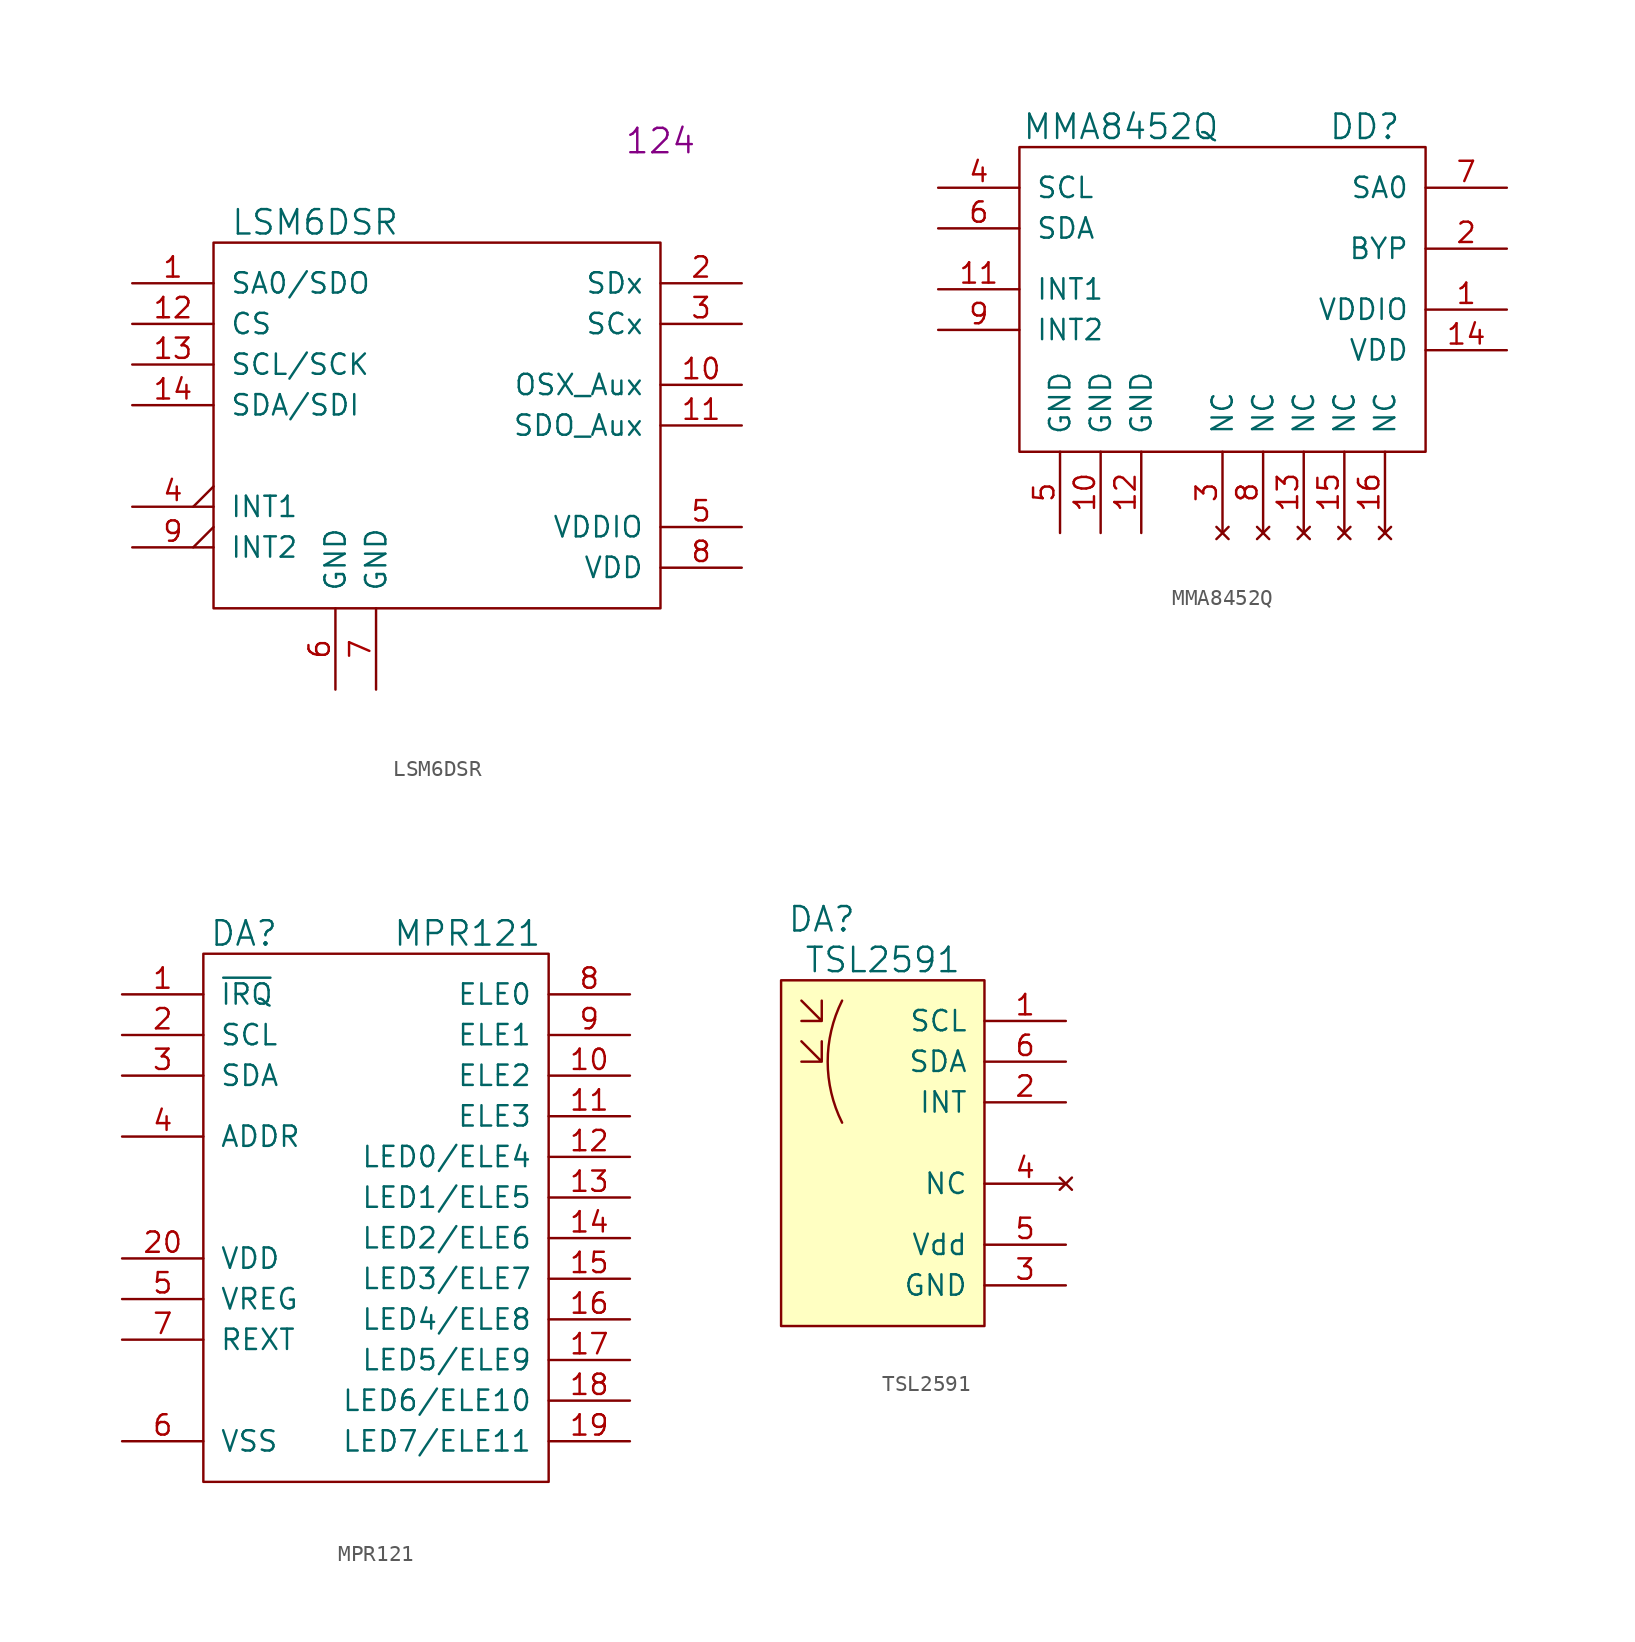
<source format=kicad_sym>
(kicad_symbol_lib
  (version 20231120)
  (generator "kicad_symbol_editor")
  (generator_version "8.0")
  (symbol "LSM6DSR"
    (pin_names
      (offset 1.016))
    (property "Reference" "DD"
      (at 8.89 12.7 0)
      (effects (font (size 1.524 1.524)) (hide yes)))
    (property "Value" "LSM6DSR"
      (at -7.62 12.7 0)
      (effects (font (size 1.524 1.524))))
    (property "Price" "124"
      (at 13.97 17.78 0)
      (effects (font (size 1.524 1.524))))
    (symbol "LSM6DSR_0_1"
      (rectangle (start -13.97 11.43) (end 13.97 -11.43) (stroke (width 0) (type default)) (fill (type none))))
    (symbol "LSM6DSR_1_1"
      (pin passive line (at -19.05 8.89 0) (length 5.08) (name "SA0/SDO" (effects (font (size 1.27 1.27)))) (number "1" (effects (font (size 1.27 1.27)))))
      (pin passive line (at 19.05 2.54 180) (length 5.08) (name "OSX_Aux" (effects (font (size 1.27 1.27)))) (number "10" (effects (font (size 1.27 1.27)))))
      (pin passive line (at 19.05 0 180) (length 5.08) (name "SDO_Aux" (effects (font (size 1.27 1.27)))) (number "11" (effects (font (size 1.27 1.27)))))
      (pin passive line (at -19.05 6.35 0) (length 5.08) (name "CS" (effects (font (size 1.27 1.27)))) (number "12" (effects (font (size 1.27 1.27)))))
      (pin passive line (at -19.05 3.81 0) (length 5.08) (name "SCL/SCK" (effects (font (size 1.27 1.27)))) (number "13" (effects (font (size 1.27 1.27)))))
      (pin passive line (at -19.05 1.27 0) (length 5.08) (name "SDA/SDI" (effects (font (size 1.27 1.27)))) (number "14" (effects (font (size 1.27 1.27)))))
      (pin passive line (at 19.05 8.89 180) (length 5.08) (name "SDx" (effects (font (size 1.27 1.27)))) (number "2" (effects (font (size 1.27 1.27)))))
      (pin passive line (at 19.05 6.35 180) (length 5.08) (name "SCx" (effects (font (size 1.27 1.27)))) (number "3" (effects (font (size 1.27 1.27)))))
      (pin passive output_low (at -19.05 -5.08 0) (length 5.08) (name "INT1" (effects (font (size 1.27 1.27)))) (number "4" (effects (font (size 1.27 1.27)))))
      (pin power_in line (at 19.05 -6.35 180) (length 5.08) (name "VDDIO" (effects (font (size 1.27 1.27)))) (number "5" (effects (font (size 1.27 1.27)))))
      (pin power_in line (at -6.35 -16.51 90) (length 5.08) (name "GND" (effects (font (size 1.27 1.27)))) (number "6" (effects (font (size 1.27 1.27)))))
      (pin power_in line (at -3.81 -16.51 90) (length 5.08) (name "GND" (effects (font (size 1.27 1.27)))) (number "7" (effects (font (size 1.27 1.27)))))
      (pin power_in line (at 19.05 -8.89 180) (length 5.08) (name "VDD" (effects (font (size 1.27 1.27)))) (number "8" (effects (font (size 1.27 1.27)))))
      (pin passive output_low (at -19.05 -7.62 0) (length 5.08) (name "INT2" (effects (font (size 1.27 1.27)))) (number "9" (effects (font (size 1.27 1.27)))))))
  (symbol "MMA8452Q"
    (pin_names
      (offset 1.016))
    (property "Reference" "DD"
      (at 8.89 12.7 0)
      (effects (font (size 1.524 1.524))))
    (property "Value" "MMA8452Q"
      (at -6.35 12.7 0)
      (effects (font (size 1.524 1.524))))
    (property "Datasheet" ""
      (at 0 0 0)
      (effects (font (size 1.524 1.524))))
    (symbol "MMA8452Q_0_1"
      (rectangle (start -12.7 11.43) (end 12.7 -7.62) (stroke (width 0) (type default)) (fill (type none))))
    (symbol "MMA8452Q_1_1"
      (pin power_in line (at 17.78 1.27 180) (length 5.08) (name "VDDIO" (effects (font (size 1.27 1.27)))) (number "1" (effects (font (size 1.27 1.27)))))
      (pin power_in line (at -7.62 -12.7 90) (length 5.08) (name "GND" (effects (font (size 1.27 1.27)))) (number "10" (effects (font (size 1.27 1.27)))))
      (pin passive line (at -17.78 2.54 0) (length 5.08) (name "INT1" (effects (font (size 1.27 1.27)))) (number "11" (effects (font (size 1.27 1.27)))))
      (pin power_in line (at -5.08 -12.7 90) (length 5.08) (name "GND" (effects (font (size 1.27 1.27)))) (number "12" (effects (font (size 1.27 1.27)))))
      (pin no_connect line (at 5.08 -12.7 90) (length 5.08) (name "NC" (effects (font (size 1.27 1.27)))) (number "13" (effects (font (size 1.27 1.27)))))
      (pin power_in line (at 17.78 -1.27 180) (length 5.08) (name "VDD" (effects (font (size 1.27 1.27)))) (number "14" (effects (font (size 1.27 1.27)))))
      (pin no_connect line (at 7.62 -12.7 90) (length 5.08) (name "NC" (effects (font (size 1.27 1.27)))) (number "15" (effects (font (size 1.27 1.27)))))
      (pin no_connect line (at 10.16 -12.7 90) (length 5.08) (name "NC" (effects (font (size 1.27 1.27)))) (number "16" (effects (font (size 1.27 1.27)))))
      (pin passive line (at 17.78 5.08 180) (length 5.08) (name "BYP" (effects (font (size 1.27 1.27)))) (number "2" (effects (font (size 1.27 1.27)))))
      (pin no_connect line (at 0 -12.7 90) (length 5.08) (name "NC" (effects (font (size 1.27 1.27)))) (number "3" (effects (font (size 1.27 1.27)))))
      (pin passive line (at -17.78 8.89 0) (length 5.08) (name "SCL" (effects (font (size 1.27 1.27)))) (number "4" (effects (font (size 1.27 1.27)))))
      (pin power_in line (at -10.16 -12.7 90) (length 5.08) (name "GND" (effects (font (size 1.27 1.27)))) (number "5" (effects (font (size 1.27 1.27)))))
      (pin passive line (at -17.78 6.35 0) (length 5.08) (name "SDA" (effects (font (size 1.27 1.27)))) (number "6" (effects (font (size 1.27 1.27)))))
      (pin passive line (at 17.78 8.89 180) (length 5.08) (name "SA0" (effects (font (size 1.27 1.27)))) (number "7" (effects (font (size 1.27 1.27)))))
      (pin no_connect line (at 2.54 -12.7 90) (length 5.08) (name "NC" (effects (font (size 1.27 1.27)))) (number "8" (effects (font (size 1.27 1.27)))))
      (pin passive line (at -17.78 0 0) (length 5.08) (name "INT2" (effects (font (size 1.27 1.27)))) (number "9" (effects (font (size 1.27 1.27)))))))
  (symbol "MPR121"
    (pin_names
      (offset 1.016))
    (property "Reference" "DA"
      (at -5.08 17.78 0)
      (effects (font (size 1.524 1.524))))
    (property "Value" "MPR121"
      (at 8.89 17.78 0)
      (effects (font (size 1.524 1.524))))
    (property "Footprint" ""
      (at 0 0 0)
      (effects (font (size 1.524 1.524))))
    (property "Datasheet" ""
      (at 0 0 0)
      (effects (font (size 1.524 1.524))))
    (symbol "MPR121_0_1"
      (rectangle (start -7.62 16.51) (end 13.97 -16.51) (stroke (width 0) (type default)) (fill (type none))))
    (symbol "MPR121_1_1"
      (pin passive line (at -12.7 13.97 0) (length 5.08) (name "~{IRQ}" (effects (font (size 1.27 1.27)))) (number "1" (effects (font (size 1.27 1.27)))))
      (pin passive line (at 19.05 8.89 180) (length 5.08) (name "ELE2" (effects (font (size 1.27 1.27)))) (number "10" (effects (font (size 1.27 1.27)))))
      (pin passive line (at 19.05 6.35 180) (length 5.08) (name "ELE3" (effects (font (size 1.27 1.27)))) (number "11" (effects (font (size 1.27 1.27)))))
      (pin passive line (at 19.05 3.81 180) (length 5.08) (name "LED0/ELE4" (effects (font (size 1.27 1.27)))) (number "12" (effects (font (size 1.27 1.27)))))
      (pin passive line (at 19.05 1.27 180) (length 5.08) (name "LED1/ELE5" (effects (font (size 1.27 1.27)))) (number "13" (effects (font (size 1.27 1.27)))))
      (pin passive line (at 19.05 -1.27 180) (length 5.08) (name "LED2/ELE6" (effects (font (size 1.27 1.27)))) (number "14" (effects (font (size 1.27 1.27)))))
      (pin passive line (at 19.05 -3.81 180) (length 5.08) (name "LED3/ELE7" (effects (font (size 1.27 1.27)))) (number "15" (effects (font (size 1.27 1.27)))))
      (pin passive line (at 19.05 -6.35 180) (length 5.08) (name "LED4/ELE8" (effects (font (size 1.27 1.27)))) (number "16" (effects (font (size 1.27 1.27)))))
      (pin passive line (at 19.05 -8.89 180) (length 5.08) (name "LED5/ELE9" (effects (font (size 1.27 1.27)))) (number "17" (effects (font (size 1.27 1.27)))))
      (pin passive line (at 19.05 -11.43 180) (length 5.08) (name "LED6/ELE10" (effects (font (size 1.27 1.27)))) (number "18" (effects (font (size 1.27 1.27)))))
      (pin passive line (at 19.05 -13.97 180) (length 5.08) (name "LED7/ELE11" (effects (font (size 1.27 1.27)))) (number "19" (effects (font (size 1.27 1.27)))))
      (pin passive line (at -12.7 11.43 0) (length 5.08) (name "SCL" (effects (font (size 1.27 1.27)))) (number "2" (effects (font (size 1.27 1.27)))))
      (pin power_in line (at -12.7 -2.54 0) (length 5.08) (name "VDD" (effects (font (size 1.27 1.27)))) (number "20" (effects (font (size 1.27 1.27)))))
      (pin passive line (at -12.7 8.89 0) (length 5.08) (name "SDA" (effects (font (size 1.27 1.27)))) (number "3" (effects (font (size 1.27 1.27)))))
      (pin passive line (at -12.7 5.08 0) (length 5.08) (name "ADDR" (effects (font (size 1.27 1.27)))) (number "4" (effects (font (size 1.27 1.27)))))
      (pin passive line (at -12.7 -5.08 0) (length 5.08) (name "VREG" (effects (font (size 1.27 1.27)))) (number "5" (effects (font (size 1.27 1.27)))))
      (pin power_in line (at -12.7 -13.97 0) (length 5.08) (name "VSS" (effects (font (size 1.27 1.27)))) (number "6" (effects (font (size 1.27 1.27)))))
      (pin passive line (at -12.7 -7.62 0) (length 5.08) (name "REXT" (effects (font (size 1.27 1.27)))) (number "7" (effects (font (size 1.27 1.27)))))
      (pin passive line (at 19.05 13.97 180) (length 5.08) (name "ELE0" (effects (font (size 1.27 1.27)))) (number "8" (effects (font (size 1.27 1.27)))))
      (pin passive line (at 19.05 11.43 180) (length 5.08) (name "ELE1" (effects (font (size 1.27 1.27)))) (number "9" (effects (font (size 1.27 1.27)))))))
  (symbol "TSL2591"
    (pin_names
      (offset 1.016))
    (property "Reference" "DA"
      (at -3.81 11.43 0)
      (effects (font (size 1.524 1.524))))
    (property "Value" "TSL2591"
      (at 0 8.89 0)
      (effects (font (size 1.524 1.524))))
    (symbol "TSL2591_0_1"
      (arc (start -2.54 6.35) (mid -3.4394 2.54) (end -2.54 -1.27) (stroke (width 0) (type default)) (fill (type none)))
      (polyline (pts (xy -5.08 3.81) (xy -3.81 2.54) (xy -3.81 3.81) (xy -3.81 2.54) (xy -5.08 2.54)) (stroke (width 0) (type default)) (fill (type none)))
      (polyline (pts (xy -5.08 6.35) (xy -3.81 5.08) (xy -3.81 6.35) (xy -3.81 5.08) (xy -5.08 5.08)) (stroke (width 0) (type default)) (fill (type none)))
      (rectangle (start 6.35 7.62) (end -6.35 -13.97) (stroke (width 0) (type default)) (fill (type background))))
    (symbol "TSL2591_1_1"
      (pin passive line (at 11.43 5.08 180) (length 5.08) (name "SCL" (effects (font (size 1.27 1.27)))) (number "1" (effects (font (size 1.27 1.27)))))
      (pin passive line (at 11.43 0 180) (length 5.08) (name "INT" (effects (font (size 1.27 1.27)))) (number "2" (effects (font (size 1.27 1.27)))))
      (pin power_in line (at 11.43 -11.43 180) (length 5.08) (name "GND" (effects (font (size 1.27 1.27)))) (number "3" (effects (font (size 1.27 1.27)))))
      (pin no_connect line (at 11.43 -5.08 180) (length 5.08) (name "NC" (effects (font (size 1.27 1.27)))) (number "4" (effects (font (size 1.27 1.27)))))
      (pin power_in line (at 11.43 -8.89 180) (length 5.08) (name "Vdd" (effects (font (size 1.27 1.27)))) (number "5" (effects (font (size 1.27 1.27)))))
      (pin passive line (at 11.43 2.54 180) (length 5.08) (name "SDA" (effects (font (size 1.27 1.27)))) (number "6" (effects (font (size 1.27 1.27))))))))
</source>
